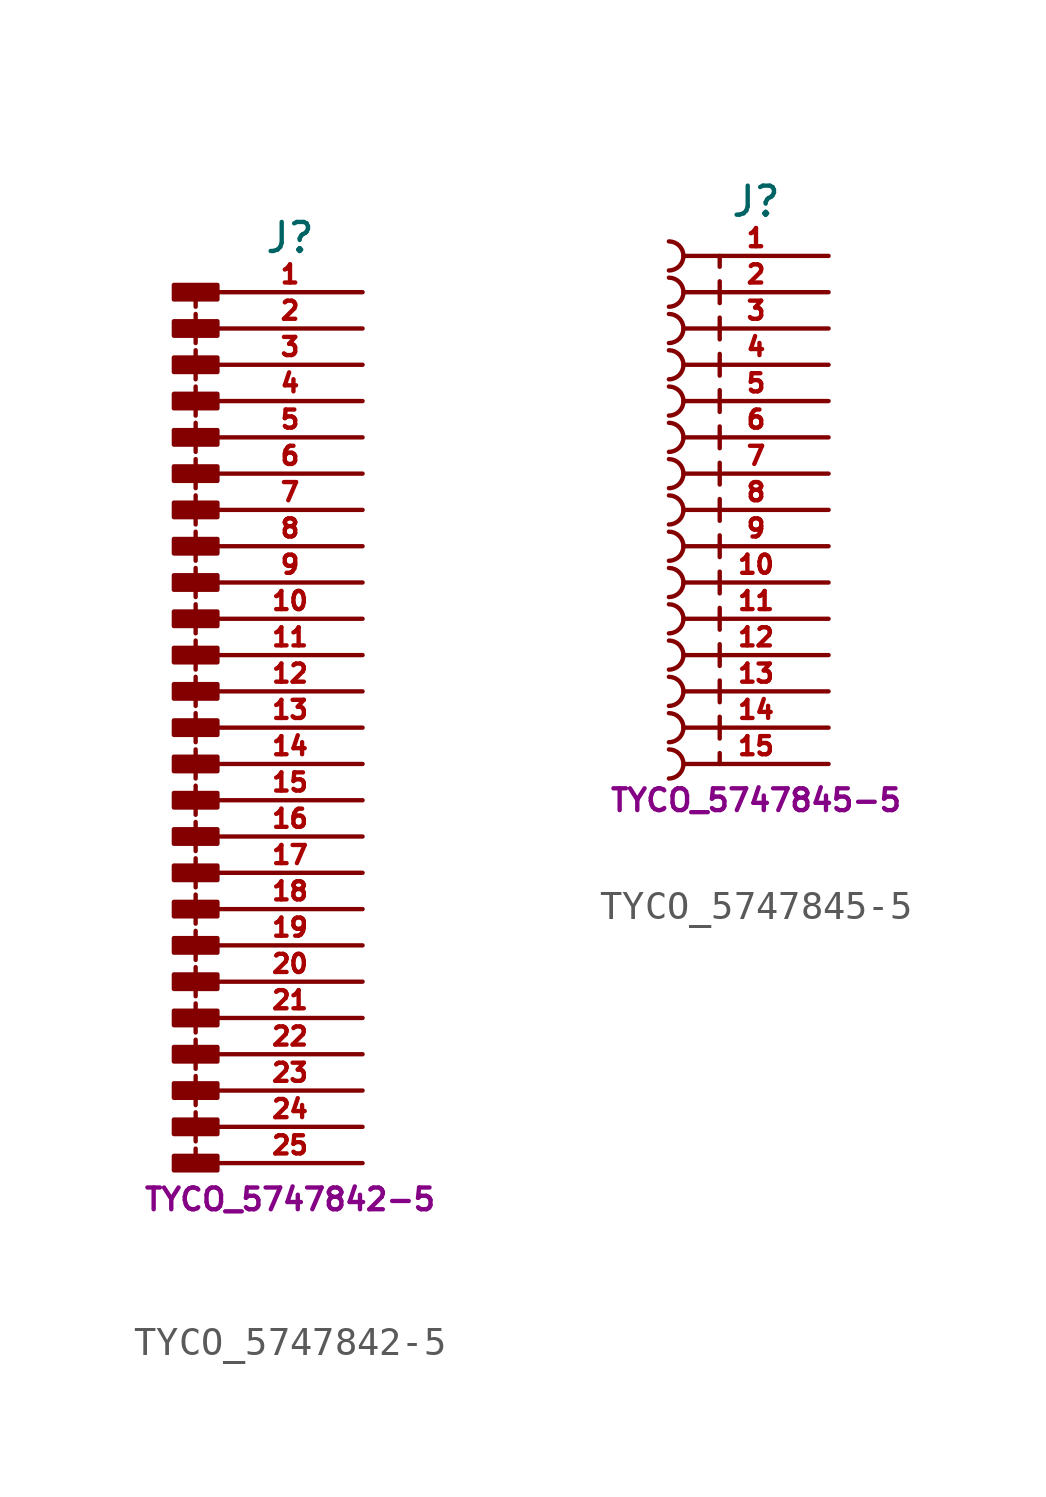
<source format=kicad_sym>
(kicad_symbol_lib
  (version 20211014)
  (generator kicad_symbol_editor)
  (symbol "TYCO_5747842-5"
    (pin_names
      (offset 2.54))
    (property "Reference" "J"
      (at 0 17.145 0)
      (effects (font (size 1.016 1.016))))
    (property "Footprint" ""
      (at 0 -3.81 0)
      (effects (font (size 1.524 1.524))))
    (property "Datasheet" ""
      (at 0 -3.81 0)
      (effects (font (size 1.524 1.524))))
    (property "Unit" "TYCO_5747842-5"
      (at 0 -16.51 0)
      (effects (font (size 0.762 0.762))))
    (symbol "TYCO_5747842-5_0_1"
      (rectangle (start -2.54 -14.986) (end -4.064 -15.494) (stroke (width 0) (type default) (color 0 0 0 0)) (fill (type outline)))
      (rectangle (start -2.54 -13.716) (end -4.064 -14.224) (stroke (width 0) (type default) (color 0 0 0 0)) (fill (type outline)))
      (rectangle (start -2.54 -12.446) (end -4.064 -12.954) (stroke (width 0) (type default) (color 0 0 0 0)) (fill (type outline)))
      (rectangle (start -2.54 -11.176) (end -4.064 -11.684) (stroke (width 0) (type default) (color 0 0 0 0)) (fill (type outline)))
      (rectangle (start -2.54 -9.906) (end -4.064 -10.414) (stroke (width 0) (type default) (color 0 0 0 0)) (fill (type outline)))
      (rectangle (start -2.54 -8.636) (end -4.064 -9.144) (stroke (width 0) (type default) (color 0 0 0 0)) (fill (type outline)))
      (rectangle (start -2.54 -7.366) (end -4.064 -7.874) (stroke (width 0) (type default) (color 0 0 0 0)) (fill (type outline)))
      (rectangle (start -2.54 -6.096) (end -4.064 -6.604) (stroke (width 0) (type default) (color 0 0 0 0)) (fill (type outline)))
      (rectangle (start -2.54 -4.826) (end -4.064 -5.334) (stroke (width 0) (type default) (color 0 0 0 0)) (fill (type outline)))
      (rectangle (start -2.54 -3.556) (end -4.064 -4.064) (stroke (width 0) (type default) (color 0 0 0 0)) (fill (type outline)))
      (rectangle (start -2.54 -2.286) (end -4.064 -2.794) (stroke (width 0) (type default) (color 0 0 0 0)) (fill (type outline)))
      (rectangle (start -2.54 -1.016) (end -4.064 -1.524) (stroke (width 0) (type default) (color 0 0 0 0)) (fill (type outline)))
      (rectangle (start -2.54 0.254) (end -4.064 -0.254) (stroke (width 0) (type default) (color 0 0 0 0)) (fill (type outline)))
      (rectangle (start -2.54 1.524) (end -4.064 1.016) (stroke (width 0) (type default) (color 0 0 0 0)) (fill (type outline)))
      (rectangle (start -2.54 2.794) (end -4.064 2.286) (stroke (width 0) (type default) (color 0 0 0 0)) (fill (type outline)))
      (rectangle (start -2.54 4.064) (end -4.064 3.556) (stroke (width 0) (type default) (color 0 0 0 0)) (fill (type outline)))
      (rectangle (start -2.54 5.334) (end -4.064 4.826) (stroke (width 0) (type default) (color 0 0 0 0)) (fill (type outline)))
      (rectangle (start -2.54 6.604) (end -4.064 6.096) (stroke (width 0) (type default) (color 0 0 0 0)) (fill (type outline)))
      (rectangle (start -2.54 7.874) (end -4.064 7.366) (stroke (width 0) (type default) (color 0 0 0 0)) (fill (type outline)))
      (rectangle (start -2.54 9.144) (end -4.064 8.636) (stroke (width 0) (type default) (color 0 0 0 0)) (fill (type outline)))
      (rectangle (start -2.54 10.414) (end -4.064 9.906) (stroke (width 0) (type default) (color 0 0 0 0)) (fill (type outline)))
      (rectangle (start -2.54 11.684) (end -4.064 11.176) (stroke (width 0) (type default) (color 0 0 0 0)) (fill (type outline)))
      (rectangle (start -2.54 12.954) (end -4.064 12.446) (stroke (width 0) (type default) (color 0 0 0 0)) (fill (type outline)))
      (rectangle (start -2.54 14.224) (end -4.064 13.716) (stroke (width 0) (type default) (color 0 0 0 0)) (fill (type outline)))
      (rectangle (start -2.54 15.494) (end -4.064 14.986) (stroke (width 0) (type default) (color 0 0 0 0)) (fill (type outline)))
      (polyline (pts (xy -3.302 -14.732) (xy -3.302 -15.24)) (stroke (width 0) (type default) (color 0 0 0 0)) (fill (type none)))
      (polyline (pts (xy -3.302 -13.462) (xy -3.302 -14.478)) (stroke (width 0) (type default) (color 0 0 0 0)) (fill (type none)))
      (polyline (pts (xy -3.302 -12.192) (xy -3.302 -13.208)) (stroke (width 0) (type default) (color 0 0 0 0)) (fill (type none)))
      (polyline (pts (xy -3.302 -10.922) (xy -3.302 -11.938)) (stroke (width 0) (type default) (color 0 0 0 0)) (fill (type none)))
      (polyline (pts (xy -3.302 -9.652) (xy -3.302 -10.668)) (stroke (width 0) (type default) (color 0 0 0 0)) (fill (type none)))
      (polyline (pts (xy -3.302 -8.382) (xy -3.302 -9.398)) (stroke (width 0) (type default) (color 0 0 0 0)) (fill (type none)))
      (polyline (pts (xy -3.302 -7.112) (xy -3.302 -8.128)) (stroke (width 0) (type default) (color 0 0 0 0)) (fill (type none)))
      (polyline (pts (xy -3.302 -5.842) (xy -3.302 -6.858)) (stroke (width 0) (type default) (color 0 0 0 0)) (fill (type none)))
      (polyline (pts (xy -3.302 -4.572) (xy -3.302 -5.588)) (stroke (width 0) (type default) (color 0 0 0 0)) (fill (type none)))
      (polyline (pts (xy -3.302 -3.302) (xy -3.302 -4.318)) (stroke (width 0) (type default) (color 0 0 0 0)) (fill (type none)))
      (polyline (pts (xy -3.302 -2.032) (xy -3.302 -3.048)) (stroke (width 0) (type default) (color 0 0 0 0)) (fill (type none)))
      (polyline (pts (xy -3.302 -0.762) (xy -3.302 -1.778)) (stroke (width 0) (type default) (color 0 0 0 0)) (fill (type none)))
      (polyline (pts (xy -3.302 0.508) (xy -3.302 -0.508)) (stroke (width 0) (type default) (color 0 0 0 0)) (fill (type none)))
      (polyline (pts (xy -3.302 1.778) (xy -3.302 0.762)) (stroke (width 0) (type default) (color 0 0 0 0)) (fill (type none)))
      (polyline (pts (xy -3.302 3.048) (xy -3.302 2.032)) (stroke (width 0) (type default) (color 0 0 0 0)) (fill (type none)))
      (polyline (pts (xy -3.302 4.318) (xy -3.302 3.302)) (stroke (width 0) (type default) (color 0 0 0 0)) (fill (type none)))
      (polyline (pts (xy -3.302 5.588) (xy -3.302 4.572)) (stroke (width 0) (type default) (color 0 0 0 0)) (fill (type none)))
      (polyline (pts (xy -3.302 6.858) (xy -3.302 5.842)) (stroke (width 0) (type default) (color 0 0 0 0)) (fill (type none)))
      (polyline (pts (xy -3.302 8.128) (xy -3.302 7.112)) (stroke (width 0) (type default) (color 0 0 0 0)) (fill (type none)))
      (polyline (pts (xy -3.302 9.398) (xy -3.302 8.382)) (stroke (width 0) (type default) (color 0 0 0 0)) (fill (type none)))
      (polyline (pts (xy -3.302 10.668) (xy -3.302 9.652)) (stroke (width 0) (type default) (color 0 0 0 0)) (fill (type none)))
      (polyline (pts (xy -3.302 11.938) (xy -3.302 10.922)) (stroke (width 0) (type default) (color 0 0 0 0)) (fill (type none)))
      (polyline (pts (xy -3.302 13.208) (xy -3.302 12.192)) (stroke (width 0) (type default) (color 0 0 0 0)) (fill (type none)))
      (polyline (pts (xy -3.302 14.478) (xy -3.302 13.462)) (stroke (width 0) (type default) (color 0 0 0 0)) (fill (type none)))
      (polyline (pts (xy -3.302 15.24) (xy -3.302 14.732)) (stroke (width 0) (type default) (color 0 0 0 0)) (fill (type none))))
    (symbol "TYCO_5747842-5_1_1"
      (pin passive line (at 2.54 15.24 180) (length 5.08) (name "~" (effects (font (size 0.635 0.635)))) (number "1" (effects (font (size 0.635 0.635)))))
      (pin passive line (at 2.54 3.81 180) (length 5.08) (name "~" (effects (font (size 0.635 0.635)))) (number "10" (effects (font (size 0.635 0.635)))))
      (pin passive line (at 2.54 2.54 180) (length 5.08) (name "~" (effects (font (size 0.635 0.635)))) (number "11" (effects (font (size 0.635 0.635)))))
      (pin passive line (at 2.54 1.27 180) (length 5.08) (name "~" (effects (font (size 0.635 0.635)))) (number "12" (effects (font (size 0.635 0.635)))))
      (pin passive line (at 2.54 0 180) (length 5.08) (name "~" (effects (font (size 0.635 0.635)))) (number "13" (effects (font (size 0.635 0.635)))))
      (pin passive line (at 2.54 -1.27 180) (length 5.08) (name "~" (effects (font (size 0.635 0.635)))) (number "14" (effects (font (size 0.635 0.635)))))
      (pin passive line (at 2.54 -2.54 180) (length 5.08) (name "~" (effects (font (size 0.635 0.635)))) (number "15" (effects (font (size 0.635 0.635)))))
      (pin passive line (at 2.54 -3.81 180) (length 5.08) (name "~" (effects (font (size 0.635 0.635)))) (number "16" (effects (font (size 0.635 0.635)))))
      (pin passive line (at 2.54 -5.08 180) (length 5.08) (name "~" (effects (font (size 0.635 0.635)))) (number "17" (effects (font (size 0.635 0.635)))))
      (pin passive line (at 2.54 -6.35 180) (length 5.08) (name "~" (effects (font (size 0.635 0.635)))) (number "18" (effects (font (size 0.635 0.635)))))
      (pin passive line (at 2.54 -7.62 180) (length 5.08) (name "~" (effects (font (size 0.635 0.635)))) (number "19" (effects (font (size 0.635 0.635)))))
      (pin passive line (at 2.54 13.97 180) (length 5.08) (name "~" (effects (font (size 0.635 0.635)))) (number "2" (effects (font (size 0.635 0.635)))))
      (pin passive line (at 2.54 -8.89 180) (length 5.08) (name "~" (effects (font (size 0.635 0.635)))) (number "20" (effects (font (size 0.635 0.635)))))
      (pin passive line (at 2.54 -10.16 180) (length 5.08) (name "~" (effects (font (size 0.635 0.635)))) (number "21" (effects (font (size 0.635 0.635)))))
      (pin passive line (at 2.54 -11.43 180) (length 5.08) (name "~" (effects (font (size 0.635 0.635)))) (number "22" (effects (font (size 0.635 0.635)))))
      (pin passive line (at 2.54 -12.7 180) (length 5.08) (name "~" (effects (font (size 0.635 0.635)))) (number "23" (effects (font (size 0.635 0.635)))))
      (pin passive line (at 2.54 -13.97 180) (length 5.08) (name "~" (effects (font (size 0.635 0.635)))) (number "24" (effects (font (size 0.635 0.635)))))
      (pin passive line (at 2.54 -15.24 180) (length 5.08) (name "~" (effects (font (size 0.635 0.635)))) (number "25" (effects (font (size 0.635 0.635)))))
      (pin passive line (at 2.54 12.7 180) (length 5.08) (name "~" (effects (font (size 0.635 0.635)))) (number "3" (effects (font (size 0.635 0.635)))))
      (pin passive line (at 2.54 11.43 180) (length 5.08) (name "~" (effects (font (size 0.635 0.635)))) (number "4" (effects (font (size 0.635 0.635)))))
      (pin passive line (at 2.54 10.16 180) (length 5.08) (name "~" (effects (font (size 0.635 0.635)))) (number "5" (effects (font (size 0.635 0.635)))))
      (pin passive line (at 2.54 8.89 180) (length 5.08) (name "~" (effects (font (size 0.635 0.635)))) (number "6" (effects (font (size 0.635 0.635)))))
      (pin passive line (at 2.54 7.62 180) (length 5.08) (name "~" (effects (font (size 0.635 0.635)))) (number "7" (effects (font (size 0.635 0.635)))))
      (pin passive line (at 2.54 6.35 180) (length 5.08) (name "~" (effects (font (size 0.635 0.635)))) (number "8" (effects (font (size 0.635 0.635)))))
      (pin passive line (at 2.54 5.08 180) (length 5.08) (name "~" (effects (font (size 0.635 0.635)))) (number "9" (effects (font (size 0.635 0.635)))))))
  (symbol "TYCO_5747845-5"
    (pin_names
      (offset 2.54))
    (property "Reference" "J"
      (at 0 10.795 0)
      (effects (font (size 1.016 1.016))))
    (property "Footprint" ""
      (at 0 -7.62 0)
      (effects (font (size 1.524 1.524))))
    (property "Datasheet" ""
      (at 0 -7.62 0)
      (effects (font (size 1.524 1.524))))
    (property "Unit" "TYCO_5747845-5"
      (at 0 -10.16 0)
      (effects (font (size 0.762 0.762))))
    (symbol "TYCO_5747845-5_0_1"
      (arc (start -3.048 -9.398) (mid -2.54 -8.89) (end -3.048 -8.382) (stroke (width 0) (type default) (color 0 0 0 0)) (fill (type none)))
      (arc (start -3.048 -8.128) (mid -2.54 -7.62) (end -3.048 -7.112) (stroke (width 0) (type default) (color 0 0 0 0)) (fill (type none)))
      (arc (start -3.048 -6.858) (mid -2.54 -6.35) (end -3.048 -5.842) (stroke (width 0) (type default) (color 0 0 0 0)) (fill (type none)))
      (arc (start -3.048 -5.588) (mid -2.54 -5.08) (end -3.048 -4.572) (stroke (width 0) (type default) (color 0 0 0 0)) (fill (type none)))
      (arc (start -3.048 -4.318) (mid -2.54 -3.81) (end -3.048 -3.302) (stroke (width 0) (type default) (color 0 0 0 0)) (fill (type none)))
      (arc (start -3.048 -3.048) (mid -2.54 -2.54) (end -3.048 -2.032) (stroke (width 0) (type default) (color 0 0 0 0)) (fill (type none)))
      (arc (start -3.048 -1.778) (mid -2.54 -1.27) (end -3.048 -0.762) (stroke (width 0) (type default) (color 0 0 0 0)) (fill (type none)))
      (arc (start -3.048 -0.508) (mid -2.54 0) (end -3.048 0.508) (stroke (width 0) (type default) (color 0 0 0 0)) (fill (type none)))
      (arc (start -3.048 0.762) (mid -2.54 1.27) (end -3.048 1.778) (stroke (width 0) (type default) (color 0 0 0 0)) (fill (type none)))
      (arc (start -3.048 2.032) (mid -2.54 2.54) (end -3.048 3.048) (stroke (width 0) (type default) (color 0 0 0 0)) (fill (type none)))
      (arc (start -3.048 3.302) (mid -2.54 3.81) (end -3.048 4.318) (stroke (width 0) (type default) (color 0 0 0 0)) (fill (type none)))
      (arc (start -3.048 4.572) (mid -2.54 5.08) (end -3.048 5.588) (stroke (width 0) (type default) (color 0 0 0 0)) (fill (type none)))
      (arc (start -3.048 5.842) (mid -2.54 6.35) (end -3.048 6.858) (stroke (width 0) (type default) (color 0 0 0 0)) (fill (type none)))
      (arc (start -3.048 7.112) (mid -2.54 7.62) (end -3.048 8.128) (stroke (width 0) (type default) (color 0 0 0 0)) (fill (type none)))
      (arc (start -3.048 8.382) (mid -2.54 8.89) (end -3.048 9.398) (stroke (width 0) (type default) (color 0 0 0 0)) (fill (type none)))
      (polyline (pts (xy -1.27 -8.89) (xy -1.27 -8.509)) (stroke (width 0) (type default) (color 0 0 0 0)) (fill (type none)))
      (polyline (pts (xy -1.27 -8.001) (xy -1.27 -7.239)) (stroke (width 0) (type default) (color 0 0 0 0)) (fill (type none)))
      (polyline (pts (xy -1.27 -6.731) (xy -1.27 -5.969)) (stroke (width 0) (type default) (color 0 0 0 0)) (fill (type none)))
      (polyline (pts (xy -1.27 -5.461) (xy -1.27 -4.699)) (stroke (width 0) (type default) (color 0 0 0 0)) (fill (type none)))
      (polyline (pts (xy -1.27 -4.191) (xy -1.27 -3.429)) (stroke (width 0) (type default) (color 0 0 0 0)) (fill (type none)))
      (polyline (pts (xy -1.27 -2.921) (xy -1.27 -2.159)) (stroke (width 0) (type default) (color 0 0 0 0)) (fill (type none)))
      (polyline (pts (xy -1.27 -1.651) (xy -1.27 -0.889)) (stroke (width 0) (type default) (color 0 0 0 0)) (fill (type none)))
      (polyline (pts (xy -1.27 -0.381) (xy -1.27 0.381)) (stroke (width 0) (type default) (color 0 0 0 0)) (fill (type none)))
      (polyline (pts (xy -1.27 0.889) (xy -1.27 1.651)) (stroke (width 0) (type default) (color 0 0 0 0)) (fill (type none)))
      (polyline (pts (xy -1.27 2.159) (xy -1.27 2.921)) (stroke (width 0) (type default) (color 0 0 0 0)) (fill (type none)))
      (polyline (pts (xy -1.27 3.429) (xy -1.27 4.191)) (stroke (width 0) (type default) (color 0 0 0 0)) (fill (type none)))
      (polyline (pts (xy -1.27 4.699) (xy -1.27 5.461)) (stroke (width 0) (type default) (color 0 0 0 0)) (fill (type none)))
      (polyline (pts (xy -1.27 5.969) (xy -1.27 6.731)) (stroke (width 0) (type default) (color 0 0 0 0)) (fill (type none)))
      (polyline (pts (xy -1.27 7.239) (xy -1.27 8.001)) (stroke (width 0) (type default) (color 0 0 0 0)) (fill (type none)))
      (polyline (pts (xy -1.27 8.89) (xy -1.27 8.509)) (stroke (width 0) (type default) (color 0 0 0 0)) (fill (type none))))
    (symbol "TYCO_5747845-5_1_1"
      (pin passive line (at 2.54 8.89 180) (length 5.08) (name "~" (effects (font (size 0.635 0.635)))) (number "1" (effects (font (size 0.635 0.635)))))
      (pin passive line (at 2.54 -2.54 180) (length 5.08) (name "~" (effects (font (size 0.635 0.635)))) (number "10" (effects (font (size 0.635 0.635)))))
      (pin passive line (at 2.54 -3.81 180) (length 5.08) (name "~" (effects (font (size 0.635 0.635)))) (number "11" (effects (font (size 0.635 0.635)))))
      (pin passive line (at 2.54 -5.08 180) (length 5.08) (name "~" (effects (font (size 0.635 0.635)))) (number "12" (effects (font (size 0.635 0.635)))))
      (pin passive line (at 2.54 -6.35 180) (length 5.08) (name "~" (effects (font (size 0.635 0.635)))) (number "13" (effects (font (size 0.635 0.635)))))
      (pin passive line (at 2.54 -7.62 180) (length 5.08) (name "~" (effects (font (size 0.635 0.635)))) (number "14" (effects (font (size 0.635 0.635)))))
      (pin passive line (at 2.54 -8.89 180) (length 5.08) (name "~" (effects (font (size 0.635 0.635)))) (number "15" (effects (font (size 0.635 0.635)))))
      (pin passive line (at 2.54 7.62 180) (length 5.08) (name "~" (effects (font (size 0.635 0.635)))) (number "2" (effects (font (size 0.635 0.635)))))
      (pin passive line (at 2.54 6.35 180) (length 5.08) (name "~" (effects (font (size 0.635 0.635)))) (number "3" (effects (font (size 0.635 0.635)))))
      (pin passive line (at 2.54 5.08 180) (length 5.08) (name "~" (effects (font (size 0.635 0.635)))) (number "4" (effects (font (size 0.635 0.635)))))
      (pin passive line (at 2.54 3.81 180) (length 5.08) (name "~" (effects (font (size 0.635 0.635)))) (number "5" (effects (font (size 0.635 0.635)))))
      (pin passive line (at 2.54 2.54 180) (length 5.08) (name "~" (effects (font (size 0.635 0.635)))) (number "6" (effects (font (size 0.635 0.635)))))
      (pin passive line (at 2.54 1.27 180) (length 5.08) (name "~" (effects (font (size 0.635 0.635)))) (number "7" (effects (font (size 0.635 0.635)))))
      (pin passive line (at 2.54 0 180) (length 5.08) (name "~" (effects (font (size 0.635 0.635)))) (number "8" (effects (font (size 0.635 0.635)))))
      (pin passive line (at 2.54 -1.27 180) (length 5.08) (name "~" (effects (font (size 0.635 0.635)))) (number "9" (effects (font (size 0.635 0.635))))))))
</source>
